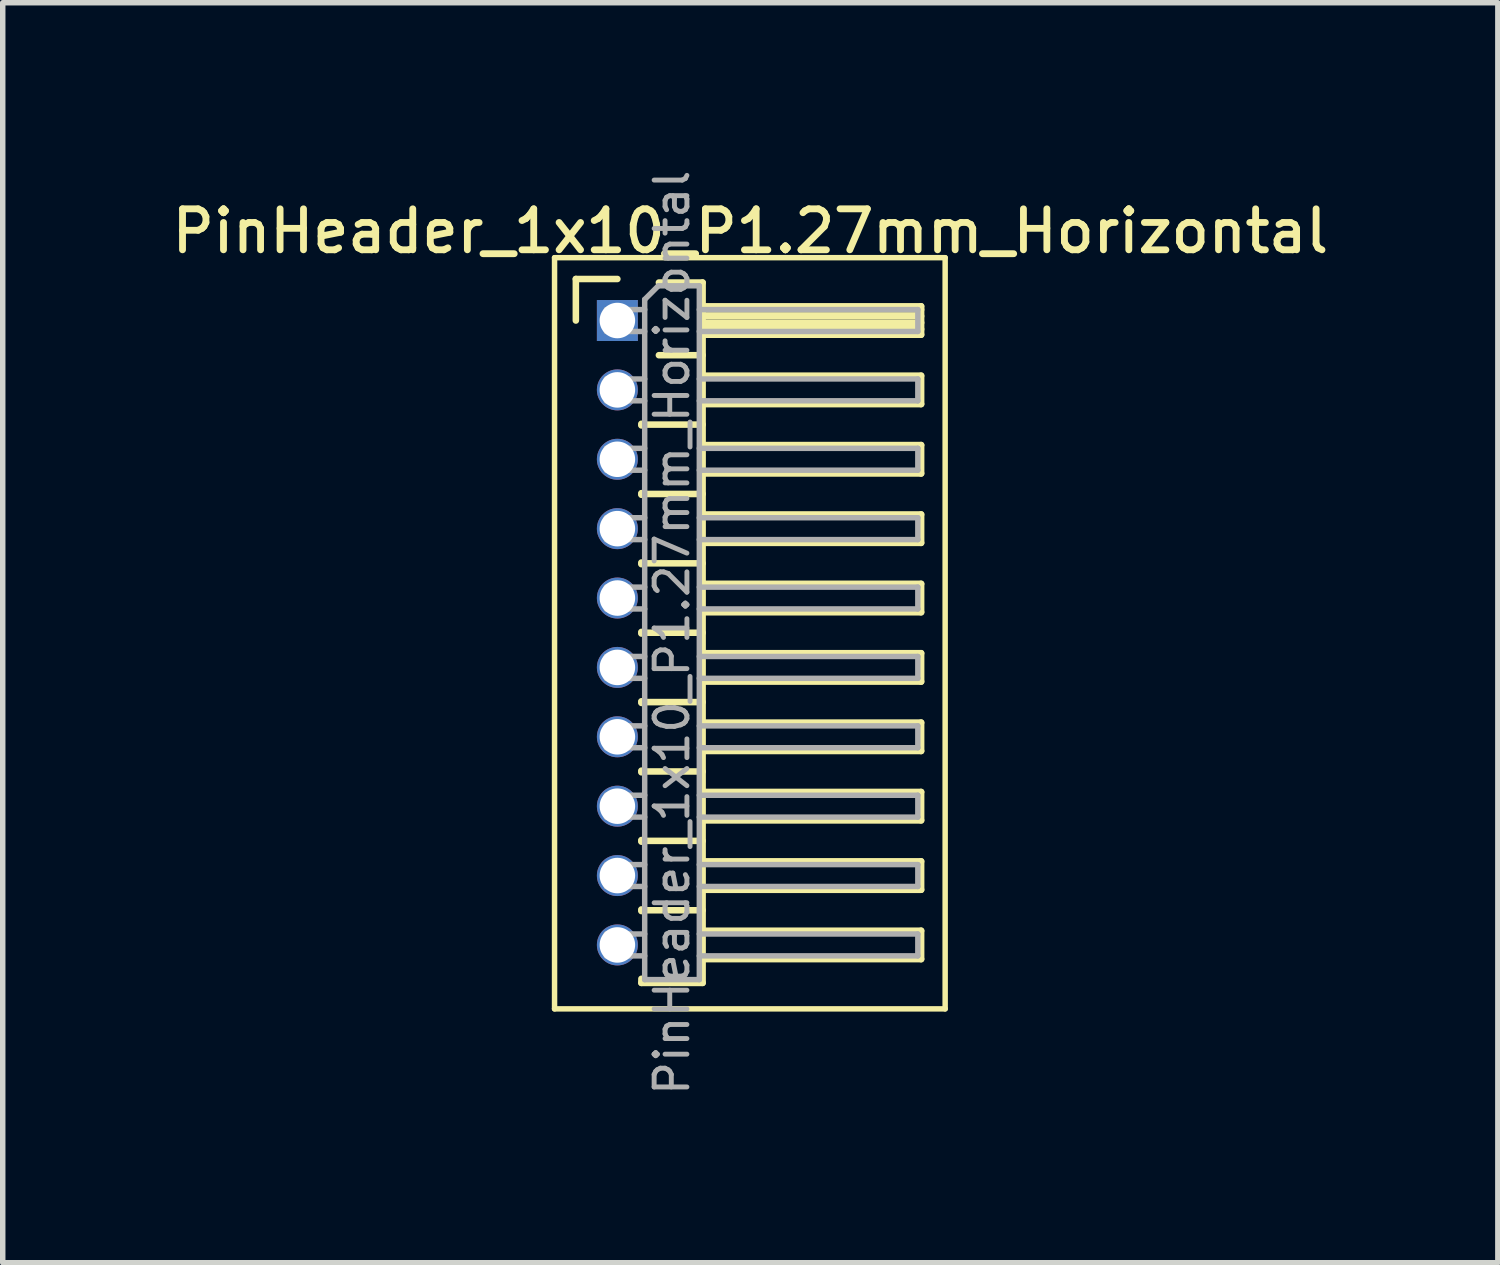
<source format=kicad_pcb>
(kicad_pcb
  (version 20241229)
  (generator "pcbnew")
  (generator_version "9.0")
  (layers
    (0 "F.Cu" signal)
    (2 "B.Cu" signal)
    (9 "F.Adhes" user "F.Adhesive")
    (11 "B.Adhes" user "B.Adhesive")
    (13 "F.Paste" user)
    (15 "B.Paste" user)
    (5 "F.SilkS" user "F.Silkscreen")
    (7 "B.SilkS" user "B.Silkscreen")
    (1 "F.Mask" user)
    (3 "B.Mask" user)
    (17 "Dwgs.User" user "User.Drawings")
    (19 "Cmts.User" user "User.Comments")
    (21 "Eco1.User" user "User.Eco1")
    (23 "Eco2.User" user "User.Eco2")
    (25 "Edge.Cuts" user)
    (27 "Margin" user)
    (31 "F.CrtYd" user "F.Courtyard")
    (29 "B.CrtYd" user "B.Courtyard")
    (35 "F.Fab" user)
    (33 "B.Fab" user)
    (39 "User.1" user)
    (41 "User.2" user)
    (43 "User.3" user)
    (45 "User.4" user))
  (footprint "PinHeader_1x10_P1.27mm_Horizontal"
    (layer "F.Cu")
    (at 8.251 2.817)
    (property "Reference" "PinHeader_1x10_P1.27mm_Horizontal" (at 2.433 -1.635 0) (layer "F.SilkS") (effects (font (size 0.75 0.75) (thickness 0.125))))
    (attr through_hole)
    (fp_line (start -1.15 -1.15) (end -1.15 12.6) (stroke (width 0.1) (type solid)) (layer "F.SilkS"))
    (fp_line (start -1.15 12.6) (end 6 12.6) (stroke (width 0.1) (type solid)) (layer "F.SilkS"))
    (fp_line (start -0.76 -0.76) (end 0 -0.76) (stroke (width 0.12) (type solid)) (layer "F.SilkS"))
    (fp_line (start -0.76 0) (end -0.76 -0.76) (stroke (width 0.12) (type solid)) (layer "F.SilkS"))
    (fp_line (start 0.44 1.89) (end 0.44 1.92) (stroke (width 0.12) (type solid)) (layer "F.SilkS"))
    (fp_line (start 0.44 1.905) (end 1.56 1.905) (stroke (width 0.12) (type solid)) (layer "F.SilkS"))
    (fp_line (start 0.44 3.16) (end 0.44 3.19) (stroke (width 0.12) (type solid)) (layer "F.SilkS"))
    (fp_line (start 0.44 3.175) (end 1.56 3.175) (stroke (width 0.12) (type solid)) (layer "F.SilkS"))
    (fp_line (start 0.44 4.43) (end 0.44 4.46) (stroke (width 0.12) (type solid)) (layer "F.SilkS"))
    (fp_line (start 0.44 4.445) (end 1.56 4.445) (stroke (width 0.12) (type solid)) (layer "F.SilkS"))
    (fp_line (start 0.44 5.7) (end 0.44 5.73) (stroke (width 0.12) (type solid)) (layer "F.SilkS"))
    (fp_line (start 0.44 5.715) (end 1.56 5.715) (stroke (width 0.12) (type solid)) (layer "F.SilkS"))
    (fp_line (start 0.44 6.97) (end 0.44 7) (stroke (width 0.12) (type solid)) (layer "F.SilkS"))
    (fp_line (start 0.44 6.985) (end 1.56 6.985) (stroke (width 0.12) (type solid)) (layer "F.SilkS"))
    (fp_line (start 0.44 8.24) (end 0.44 8.27) (stroke (width 0.12) (type solid)) (layer "F.SilkS"))
    (fp_line (start 0.44 8.255) (end 1.56 8.255) (stroke (width 0.12) (type solid)) (layer "F.SilkS"))
    (fp_line (start 0.44 9.51) (end 0.44 9.54) (stroke (width 0.12) (type solid)) (layer "F.SilkS"))
    (fp_line (start 0.44 9.525) (end 1.56 9.525) (stroke (width 0.12) (type solid)) (layer "F.SilkS"))
    (fp_line (start 0.44 10.78) (end 0.44 10.81) (stroke (width 0.12) (type solid)) (layer "F.SilkS"))
    (fp_line (start 0.44 10.795) (end 1.56 10.795) (stroke (width 0.12) (type solid)) (layer "F.SilkS"))
    (fp_line (start 0.44 12.125) (end 0.44 12.05) (stroke (width 0.12) (type solid)) (layer "F.SilkS"))
    (fp_line (start 0.76 -0.695) (end 1.56 -0.695) (stroke (width 0.12) (type solid)) (layer "F.SilkS"))
    (fp_line (start 0.76 0.635) (end 1.56 0.635) (stroke (width 0.12) (type solid)) (layer "F.SilkS"))
    (fp_line (start 1.56 -0.695) (end 1.56 12.125) (stroke (width 0.12) (type solid)) (layer "F.SilkS"))
    (fp_line (start 1.56 -0.26) (end 5.56 -0.26) (stroke (width 0.12) (type solid)) (layer "F.SilkS"))
    (fp_line (start 1.56 -0.2) (end 5.56 -0.2) (stroke (width 0.12) (type solid)) (layer "F.SilkS"))
    (fp_line (start 1.56 -0.08) (end 5.56 -0.08) (stroke (width 0.12) (type solid)) (layer "F.SilkS"))
    (fp_line (start 1.56 0.04) (end 5.56 0.04) (stroke (width 0.12) (type solid)) (layer "F.SilkS"))
    (fp_line (start 1.56 0.16) (end 5.56 0.16) (stroke (width 0.12) (type solid)) (layer "F.SilkS"))
    (fp_line (start 1.56 1.01) (end 5.56 1.01) (stroke (width 0.12) (type solid)) (layer "F.SilkS"))
    (fp_line (start 1.56 2.28) (end 5.56 2.28) (stroke (width 0.12) (type solid)) (layer "F.SilkS"))
    (fp_line (start 1.56 3.55) (end 5.56 3.55) (stroke (width 0.12) (type solid)) (layer "F.SilkS"))
    (fp_line (start 1.56 4.82) (end 5.56 4.82) (stroke (width 0.12) (type solid)) (layer "F.SilkS"))
    (fp_line (start 1.56 6.09) (end 5.56 6.09) (stroke (width 0.12) (type solid)) (layer "F.SilkS"))
    (fp_line (start 1.56 7.36) (end 5.56 7.36) (stroke (width 0.12) (type solid)) (layer "F.SilkS"))
    (fp_line (start 1.56 8.63) (end 5.56 8.63) (stroke (width 0.12) (type solid)) (layer "F.SilkS"))
    (fp_line (start 1.56 9.9) (end 5.56 9.9) (stroke (width 0.12) (type solid)) (layer "F.SilkS"))
    (fp_line (start 1.56 11.17) (end 5.56 11.17) (stroke (width 0.12) (type solid)) (layer "F.SilkS"))
    (fp_line (start 1.56 12.125) (end 0.44 12.125) (stroke (width 0.12) (type solid)) (layer "F.SilkS"))
    (fp_line (start 5.56 -0.26) (end 5.56 0.26) (stroke (width 0.12) (type solid)) (layer "F.SilkS"))
    (fp_line (start 5.56 0.26) (end 1.56 0.26) (stroke (width 0.12) (type solid)) (layer "F.SilkS"))
    (fp_line (start 5.56 1.01) (end 5.56 1.53) (stroke (width 0.12) (type solid)) (layer "F.SilkS"))
    (fp_line (start 5.56 1.53) (end 1.56 1.53) (stroke (width 0.12) (type solid)) (layer "F.SilkS"))
    (fp_line (start 5.56 2.28) (end 5.56 2.8) (stroke (width 0.12) (type solid)) (layer "F.SilkS"))
    (fp_line (start 5.56 2.8) (end 1.56 2.8) (stroke (width 0.12) (type solid)) (layer "F.SilkS"))
    (fp_line (start 5.56 3.55) (end 5.56 4.07) (stroke (width 0.12) (type solid)) (layer "F.SilkS"))
    (fp_line (start 5.56 4.07) (end 1.56 4.07) (stroke (width 0.12) (type solid)) (layer "F.SilkS"))
    (fp_line (start 5.56 4.82) (end 5.56 5.34) (stroke (width 0.12) (type solid)) (layer "F.SilkS"))
    (fp_line (start 5.56 5.34) (end 1.56 5.34) (stroke (width 0.12) (type solid)) (layer "F.SilkS"))
    (fp_line (start 5.56 6.09) (end 5.56 6.61) (stroke (width 0.12) (type solid)) (layer "F.SilkS"))
    (fp_line (start 5.56 6.61) (end 1.56 6.61) (stroke (width 0.12) (type solid)) (layer "F.SilkS"))
    (fp_line (start 5.56 7.36) (end 5.56 7.88) (stroke (width 0.12) (type solid)) (layer "F.SilkS"))
    (fp_line (start 5.56 7.88) (end 1.56 7.88) (stroke (width 0.12) (type solid)) (layer "F.SilkS"))
    (fp_line (start 5.56 8.63) (end 5.56 9.15) (stroke (width 0.12) (type solid)) (layer "F.SilkS"))
    (fp_line (start 5.56 9.15) (end 1.56 9.15) (stroke (width 0.12) (type solid)) (layer "F.SilkS"))
    (fp_line (start 5.56 9.9) (end 5.56 10.42) (stroke (width 0.12) (type solid)) (layer "F.SilkS"))
    (fp_line (start 5.56 10.42) (end 1.56 10.42) (stroke (width 0.12) (type solid)) (layer "F.SilkS"))
    (fp_line (start 5.56 11.17) (end 5.56 11.69) (stroke (width 0.12) (type solid)) (layer "F.SilkS"))
    (fp_line (start 5.56 11.69) (end 1.56 11.69) (stroke (width 0.12) (type solid)) (layer "F.SilkS"))
    (fp_line (start 6 -1.15) (end -1.15 -1.15) (stroke (width 0.1) (type solid)) (layer "F.SilkS"))
    (fp_line (start 6 12.6) (end 6 -1.15) (stroke (width 0.1) (type solid)) (layer "F.SilkS"))
    (fp_line (start -0.2 -0.2) (end -0.2 0.2) (stroke (width 0.1) (type solid)) (layer "F.Fab"))
    (fp_line (start -0.2 -0.2) (end 0.5 -0.2) (stroke (width 0.1) (type solid)) (layer "F.Fab"))
    (fp_line (start -0.2 0.2) (end 0.5 0.2) (stroke (width 0.1) (type solid)) (layer "F.Fab"))
    (fp_line (start -0.2 1.07) (end -0.2 1.47) (stroke (width 0.1) (type solid)) (layer "F.Fab"))
    (fp_line (start -0.2 1.07) (end 0.5 1.07) (stroke (width 0.1) (type solid)) (layer "F.Fab"))
    (fp_line (start -0.2 1.47) (end 0.5 1.47) (stroke (width 0.1) (type solid)) (layer "F.Fab"))
    (fp_line (start -0.2 2.34) (end -0.2 2.74) (stroke (width 0.1) (type solid)) (layer "F.Fab"))
    (fp_line (start -0.2 2.34) (end 0.5 2.34) (stroke (width 0.1) (type solid)) (layer "F.Fab"))
    (fp_line (start -0.2 2.74) (end 0.5 2.74) (stroke (width 0.1) (type solid)) (layer "F.Fab"))
    (fp_line (start -0.2 3.61) (end -0.2 4.01) (stroke (width 0.1) (type solid)) (layer "F.Fab"))
    (fp_line (start -0.2 3.61) (end 0.5 3.61) (stroke (width 0.1) (type solid)) (layer "F.Fab"))
    (fp_line (start -0.2 4.01) (end 0.5 4.01) (stroke (width 0.1) (type solid)) (layer "F.Fab"))
    (fp_line (start -0.2 4.88) (end -0.2 5.28) (stroke (width 0.1) (type solid)) (layer "F.Fab"))
    (fp_line (start -0.2 4.88) (end 0.5 4.88) (stroke (width 0.1) (type solid)) (layer "F.Fab"))
    (fp_line (start -0.2 5.28) (end 0.5 5.28) (stroke (width 0.1) (type solid)) (layer "F.Fab"))
    (fp_line (start -0.2 6.15) (end -0.2 6.55) (stroke (width 0.1) (type solid)) (layer "F.Fab"))
    (fp_line (start -0.2 6.15) (end 0.5 6.15) (stroke (width 0.1) (type solid)) (layer "F.Fab"))
    (fp_line (start -0.2 6.55) (end 0.5 6.55) (stroke (width 0.1) (type solid)) (layer "F.Fab"))
    (fp_line (start -0.2 7.42) (end -0.2 7.82) (stroke (width 0.1) (type solid)) (layer "F.Fab"))
    (fp_line (start -0.2 7.42) (end 0.5 7.42) (stroke (width 0.1) (type solid)) (layer "F.Fab"))
    (fp_line (start -0.2 7.82) (end 0.5 7.82) (stroke (width 0.1) (type solid)) (layer "F.Fab"))
    (fp_line (start -0.2 8.69) (end -0.2 9.09) (stroke (width 0.1) (type solid)) (layer "F.Fab"))
    (fp_line (start -0.2 8.69) (end 0.5 8.69) (stroke (width 0.1) (type solid)) (layer "F.Fab"))
    (fp_line (start -0.2 9.09) (end 0.5 9.09) (stroke (width 0.1) (type solid)) (layer "F.Fab"))
    (fp_line (start -0.2 9.96) (end -0.2 10.36) (stroke (width 0.1) (type solid)) (layer "F.Fab"))
    (fp_line (start -0.2 9.96) (end 0.5 9.96) (stroke (width 0.1) (type solid)) (layer "F.Fab"))
    (fp_line (start -0.2 10.36) (end 0.5 10.36) (stroke (width 0.1) (type solid)) (layer "F.Fab"))
    (fp_line (start -0.2 11.23) (end -0.2 11.63) (stroke (width 0.1) (type solid)) (layer "F.Fab"))
    (fp_line (start -0.2 11.23) (end 0.5 11.23) (stroke (width 0.1) (type solid)) (layer "F.Fab"))
    (fp_line (start -0.2 11.63) (end 0.5 11.63) (stroke (width 0.1) (type solid)) (layer "F.Fab"))
    (fp_line (start 0.5 -0.385) (end 0.75 -0.635) (stroke (width 0.1) (type solid)) (layer "F.Fab"))
    (fp_line (start 0.5 12.065) (end 0.5 -0.385) (stroke (width 0.1) (type solid)) (layer "F.Fab"))
    (fp_line (start 0.75 -0.635) (end 1.5 -0.635) (stroke (width 0.1) (type solid)) (layer "F.Fab"))
    (fp_line (start 1.5 -0.635) (end 1.5 12.065) (stroke (width 0.1) (type solid)) (layer "F.Fab"))
    (fp_line (start 1.5 -0.2) (end 5.5 -0.2) (stroke (width 0.1) (type solid)) (layer "F.Fab"))
    (fp_line (start 1.5 0.2) (end 5.5 0.2) (stroke (width 0.1) (type solid)) (layer "F.Fab"))
    (fp_line (start 1.5 1.07) (end 5.5 1.07) (stroke (width 0.1) (type solid)) (layer "F.Fab"))
    (fp_line (start 1.5 1.47) (end 5.5 1.47) (stroke (width 0.1) (type solid)) (layer "F.Fab"))
    (fp_line (start 1.5 2.34) (end 5.5 2.34) (stroke (width 0.1) (type solid)) (layer "F.Fab"))
    (fp_line (start 1.5 2.74) (end 5.5 2.74) (stroke (width 0.1) (type solid)) (layer "F.Fab"))
    (fp_line (start 1.5 3.61) (end 5.5 3.61) (stroke (width 0.1) (type solid)) (layer "F.Fab"))
    (fp_line (start 1.5 4.01) (end 5.5 4.01) (stroke (width 0.1) (type solid)) (layer "F.Fab"))
    (fp_line (start 1.5 4.88) (end 5.5 4.88) (stroke (width 0.1) (type solid)) (layer "F.Fab"))
    (fp_line (start 1.5 5.28) (end 5.5 5.28) (stroke (width 0.1) (type solid)) (layer "F.Fab"))
    (fp_line (start 1.5 6.15) (end 5.5 6.15) (stroke (width 0.1) (type solid)) (layer "F.Fab"))
    (fp_line (start 1.5 6.55) (end 5.5 6.55) (stroke (width 0.1) (type solid)) (layer "F.Fab"))
    (fp_line (start 1.5 7.42) (end 5.5 7.42) (stroke (width 0.1) (type solid)) (layer "F.Fab"))
    (fp_line (start 1.5 7.82) (end 5.5 7.82) (stroke (width 0.1) (type solid)) (layer "F.Fab"))
    (fp_line (start 1.5 8.69) (end 5.5 8.69) (stroke (width 0.1) (type solid)) (layer "F.Fab"))
    (fp_line (start 1.5 9.09) (end 5.5 9.09) (stroke (width 0.1) (type solid)) (layer "F.Fab"))
    (fp_line (start 1.5 9.96) (end 5.5 9.96) (stroke (width 0.1) (type solid)) (layer "F.Fab"))
    (fp_line (start 1.5 10.36) (end 5.5 10.36) (stroke (width 0.1) (type solid)) (layer "F.Fab"))
    (fp_line (start 1.5 11.23) (end 5.5 11.23) (stroke (width 0.1) (type solid)) (layer "F.Fab"))
    (fp_line (start 1.5 11.63) (end 5.5 11.63) (stroke (width 0.1) (type solid)) (layer "F.Fab"))
    (fp_line (start 1.5 12.065) (end 0.5 12.065) (stroke (width 0.1) (type solid)) (layer "F.Fab"))
    (fp_line (start 5.5 -0.2) (end 5.5 0.2) (stroke (width 0.1) (type solid)) (layer "F.Fab"))
    (fp_line (start 5.5 1.07) (end 5.5 1.47) (stroke (width 0.1) (type solid)) (layer "F.Fab"))
    (fp_line (start 5.5 2.34) (end 5.5 2.74) (stroke (width 0.1) (type solid)) (layer "F.Fab"))
    (fp_line (start 5.5 3.61) (end 5.5 4.01) (stroke (width 0.1) (type solid)) (layer "F.Fab"))
    (fp_line (start 5.5 4.88) (end 5.5 5.28) (stroke (width 0.1) (type solid)) (layer "F.Fab"))
    (fp_line (start 5.5 6.15) (end 5.5 6.55) (stroke (width 0.1) (type solid)) (layer "F.Fab"))
    (fp_line (start 5.5 7.42) (end 5.5 7.82) (stroke (width 0.1) (type solid)) (layer "F.Fab"))
    (fp_line (start 5.5 8.69) (end 5.5 9.09) (stroke (width 0.1) (type solid)) (layer "F.Fab"))
    (fp_line (start 5.5 9.96) (end 5.5 10.36) (stroke (width 0.1) (type solid)) (layer "F.Fab"))
    (fp_line (start 5.5 11.23) (end 5.5 11.63) (stroke (width 0.1) (type solid)) (layer "F.Fab"))
    (fp_text user "${REFERENCE}" (at 1 5.715 90) (layer "F.Fab") (effects (font (size 0.6 0.6) (thickness 0.09))))
    (pad "1" thru_hole rect (at 0 0) (size 0.75 0.75) (drill 0.65) (layers "*.Cu" "*.Mask"))
    (pad "2" thru_hole oval (at 0 1.27) (size 0.75 0.75) (drill 0.65) (layers "*.Cu" "*.Mask"))
    (pad "3" thru_hole oval (at 0 2.54) (size 0.75 0.75) (drill 0.65) (layers "*.Cu" "*.Mask"))
    (pad "4" thru_hole oval (at 0 3.81) (size 0.75 0.75) (drill 0.65) (layers "*.Cu" "*.Mask"))
    (pad "5" thru_hole oval (at 0 5.08) (size 0.75 0.75) (drill 0.65) (layers "*.Cu" "*.Mask"))
    (pad "6" thru_hole oval (at 0 6.35) (size 0.75 0.75) (drill 0.65) (layers "*.Cu" "*.Mask"))
    (pad "7" thru_hole oval (at 0 7.62) (size 0.75 0.75) (drill 0.65) (layers "*.Cu" "*.Mask"))
    (pad "8" thru_hole oval (at 0 8.89) (size 0.75 0.75) (drill 0.65) (layers "*.Cu" "*.Mask"))
    (pad "9" thru_hole oval (at 0 10.16) (size 0.75 0.75) (drill 0.65) (layers "*.Cu" "*.Mask"))
    (pad "10" thru_hole oval (at 0 11.43) (size 0.75 0.75) (drill 0.65) (layers "*.Cu" "*.Mask")))
  (gr_rect
    (start -3 -3)
    (end 24.368 20.064)
    (stroke (width 0.1) (type default))
    (fill no)
    (layer "Edge.Cuts")))
</source>
